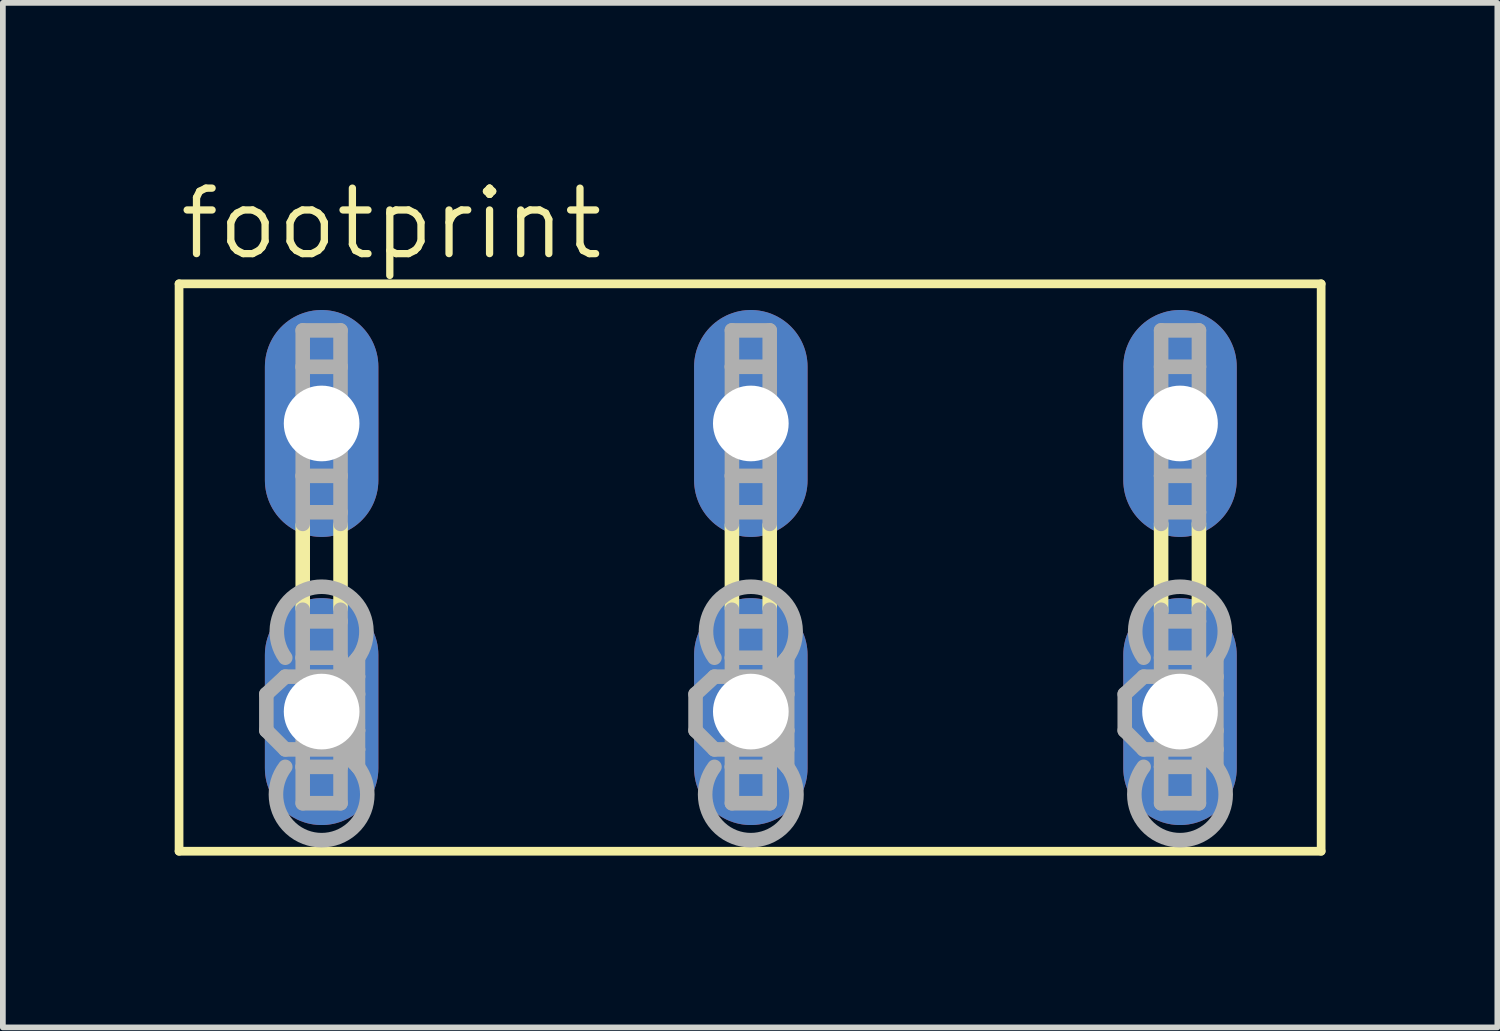
<source format=kicad_pcb>
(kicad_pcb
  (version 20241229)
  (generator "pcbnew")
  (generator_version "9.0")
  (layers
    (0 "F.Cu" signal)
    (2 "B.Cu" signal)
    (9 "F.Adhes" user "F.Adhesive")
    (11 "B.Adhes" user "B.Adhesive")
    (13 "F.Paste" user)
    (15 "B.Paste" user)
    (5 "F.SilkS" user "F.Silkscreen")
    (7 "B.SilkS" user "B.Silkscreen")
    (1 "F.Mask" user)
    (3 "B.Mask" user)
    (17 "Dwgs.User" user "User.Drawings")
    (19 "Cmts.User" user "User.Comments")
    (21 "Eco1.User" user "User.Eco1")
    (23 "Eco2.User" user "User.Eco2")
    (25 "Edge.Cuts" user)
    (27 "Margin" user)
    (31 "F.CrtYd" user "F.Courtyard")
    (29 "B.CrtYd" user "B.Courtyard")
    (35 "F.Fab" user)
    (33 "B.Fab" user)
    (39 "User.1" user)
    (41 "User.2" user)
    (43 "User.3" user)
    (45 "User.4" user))
  (footprint "footprint"
    (layer "F.Cu")
    (at 10.058 6.858)
    (property "Reference" "footprint" (at -10.033 -5.334 0) (layer "F.SilkS") (effects (font (size 1.143 1.143) (thickness 0.127)) (justify left bottom)))
    (fp_line (start -9.982 -4.953) (end -9.982 4.953) (stroke (width 0.152) (type solid)) (layer "F.SilkS"))
    (fp_line (start -9.982 -4.953) (end 9.957 -4.953) (stroke (width 0.152) (type solid)) (layer "F.SilkS"))
    (fp_line (start -7.823 0.711) (end -7.823 -0.737) (stroke (width 0.254) (type solid)) (layer "F.SilkS"))
    (fp_line (start -7.163 0.711) (end -7.163 -0.737) (stroke (width 0.254) (type solid)) (layer "F.SilkS"))
    (fp_line (start -0.33 0.711) (end -0.33 -0.737) (stroke (width 0.254) (type solid)) (layer "F.SilkS"))
    (fp_line (start 0.33 0.711) (end 0.33 -0.737) (stroke (width 0.254) (type solid)) (layer "F.SilkS"))
    (fp_line (start 7.163 0.762) (end 7.163 -0.762) (stroke (width 0.254) (type solid)) (layer "F.SilkS"))
    (fp_line (start 7.823 0.737) (end 7.823 -0.762) (stroke (width 0.254) (type solid)) (layer "F.SilkS"))
    (fp_line (start 9.957 4.953) (end -9.982 4.953) (stroke (width 0.152) (type solid)) (layer "F.SilkS"))
    (fp_line (start 9.957 4.953) (end 9.957 -4.953) (stroke (width 0.152) (type solid)) (layer "F.SilkS"))
    (fp_line (start -8.458 2.21) (end -8.128 1.905) (stroke (width 0.254) (type solid)) (layer "F.Fab"))
    (fp_line (start -8.458 2.845) (end -8.458 2.21) (stroke (width 0.254) (type solid)) (layer "F.Fab"))
    (fp_line (start -8.458 2.845) (end -8.128 3.175) (stroke (width 0.254) (type solid)) (layer "F.Fab"))
    (fp_line (start -7.823 -4.14) (end -7.163 -4.14) (stroke (width 0.254) (type solid)) (layer "F.Fab"))
    (fp_line (start -7.823 -3.505) (end -7.823 -4.14) (stroke (width 0.254) (type solid)) (layer "F.Fab"))
    (fp_line (start -7.823 -3.505) (end -7.823 -1.6) (stroke (width 0.254) (type solid)) (layer "F.Fab"))
    (fp_line (start -7.823 -1.6) (end -7.163 -1.6) (stroke (width 0.254) (type solid)) (layer "F.Fab"))
    (fp_line (start -7.823 -0.762) (end -7.823 -1.6) (stroke (width 0.254) (type solid)) (layer "F.Fab"))
    (fp_line (start -7.823 1.575) (end -7.823 0.737) (stroke (width 0.254) (type solid)) (layer "F.Fab"))
    (fp_line (start -7.823 1.575) (end -7.823 3.48) (stroke (width 0.254) (type solid)) (layer "F.Fab"))
    (fp_line (start -7.823 3.48) (end -7.823 4.115) (stroke (width 0.254) (type solid)) (layer "F.Fab"))
    (fp_line (start -7.823 3.48) (end -7.163 3.48) (stroke (width 0.254) (type solid)) (layer "F.Fab"))
    (fp_line (start -7.823 4.115) (end -7.163 4.115) (stroke (width 0.254) (type solid)) (layer "F.Fab"))
    (fp_line (start -7.798 -0.965) (end -7.163 -0.965) (stroke (width 0.254) (type solid)) (layer "F.Fab"))
    (fp_line (start -7.798 0.94) (end -7.163 0.94) (stroke (width 0.254) (type solid)) (layer "F.Fab"))
    (fp_line (start -7.163 -4.14) (end -7.163 -3.505) (stroke (width 0.254) (type solid)) (layer "F.Fab"))
    (fp_line (start -7.163 -3.505) (end -7.823 -3.505) (stroke (width 0.254) (type solid)) (layer "F.Fab"))
    (fp_line (start -7.163 -1.6) (end -7.163 -3.505) (stroke (width 0.254) (type solid)) (layer "F.Fab"))
    (fp_line (start -7.163 -0.965) (end -7.163 -1.6) (stroke (width 0.254) (type solid)) (layer "F.Fab"))
    (fp_line (start -7.163 -0.762) (end -7.163 -0.965) (stroke (width 0.254) (type solid)) (layer "F.Fab"))
    (fp_line (start -7.163 0.94) (end -7.163 0.737) (stroke (width 0.254) (type solid)) (layer "F.Fab"))
    (fp_line (start -7.163 0.94) (end -7.163 1.575) (stroke (width 0.254) (type solid)) (layer "F.Fab"))
    (fp_line (start -7.163 1.575) (end -7.823 1.575) (stroke (width 0.254) (type solid)) (layer "F.Fab"))
    (fp_line (start -7.163 1.905) (end -8.128 1.905) (stroke (width 0.254) (type solid)) (layer "F.Fab"))
    (fp_line (start -7.163 1.905) (end -7.163 1.575) (stroke (width 0.254) (type solid)) (layer "F.Fab"))
    (fp_line (start -7.163 1.905) (end -6.858 1.575) (stroke (width 0.254) (type solid)) (layer "F.Fab"))
    (fp_line (start -7.163 1.905) (end -6.858 2.21) (stroke (width 0.254) (type solid)) (layer "F.Fab"))
    (fp_line (start -7.163 3.175) (end -8.128 3.175) (stroke (width 0.254) (type solid)) (layer "F.Fab"))
    (fp_line (start -7.163 3.175) (end -7.163 1.905) (stroke (width 0.254) (type solid)) (layer "F.Fab"))
    (fp_line (start -7.163 3.175) (end -6.858 2.845) (stroke (width 0.254) (type solid)) (layer "F.Fab"))
    (fp_line (start -7.163 3.175) (end -6.858 3.48) (stroke (width 0.254) (type solid)) (layer "F.Fab"))
    (fp_line (start -7.163 3.48) (end -7.163 3.175) (stroke (width 0.254) (type solid)) (layer "F.Fab"))
    (fp_line (start -7.163 4.115) (end -7.163 3.48) (stroke (width 0.254) (type solid)) (layer "F.Fab"))
    (fp_line (start -6.858 1.905) (end -7.163 1.905) (stroke (width 0.254) (type solid)) (layer "F.Fab"))
    (fp_line (start -6.858 1.905) (end -6.858 1.575) (stroke (width 0.254) (type solid)) (layer "F.Fab"))
    (fp_line (start -6.858 2.21) (end -6.858 1.905) (stroke (width 0.254) (type solid)) (layer "F.Fab"))
    (fp_line (start -6.858 2.845) (end -6.858 2.21) (stroke (width 0.254) (type solid)) (layer "F.Fab"))
    (fp_line (start -6.858 3.175) (end -7.163 3.175) (stroke (width 0.254) (type solid)) (layer "F.Fab"))
    (fp_line (start -6.858 3.175) (end -6.858 2.845) (stroke (width 0.254) (type solid)) (layer "F.Fab"))
    (fp_line (start -6.858 3.48) (end -6.858 3.175) (stroke (width 0.254) (type solid)) (layer "F.Fab"))
    (fp_line (start -0.965 2.21) (end -0.635 1.905) (stroke (width 0.254) (type solid)) (layer "F.Fab"))
    (fp_line (start -0.965 2.845) (end -0.965 2.21) (stroke (width 0.254) (type solid)) (layer "F.Fab"))
    (fp_line (start -0.965 2.845) (end -0.635 3.175) (stroke (width 0.254) (type solid)) (layer "F.Fab"))
    (fp_line (start -0.33 -4.14) (end 0.33 -4.14) (stroke (width 0.254) (type solid)) (layer "F.Fab"))
    (fp_line (start -0.33 -3.505) (end -0.33 -4.14) (stroke (width 0.254) (type solid)) (layer "F.Fab"))
    (fp_line (start -0.33 -3.505) (end -0.33 -1.6) (stroke (width 0.254) (type solid)) (layer "F.Fab"))
    (fp_line (start -0.33 -1.6) (end 0.33 -1.6) (stroke (width 0.254) (type solid)) (layer "F.Fab"))
    (fp_line (start -0.33 -0.762) (end -0.33 -1.6) (stroke (width 0.254) (type solid)) (layer "F.Fab"))
    (fp_line (start -0.33 1.575) (end -0.33 0.737) (stroke (width 0.254) (type solid)) (layer "F.Fab"))
    (fp_line (start -0.33 1.575) (end -0.33 3.48) (stroke (width 0.254) (type solid)) (layer "F.Fab"))
    (fp_line (start -0.33 3.48) (end -0.33 4.115) (stroke (width 0.254) (type solid)) (layer "F.Fab"))
    (fp_line (start -0.33 3.48) (end 0.33 3.48) (stroke (width 0.254) (type solid)) (layer "F.Fab"))
    (fp_line (start -0.33 4.115) (end 0.33 4.115) (stroke (width 0.254) (type solid)) (layer "F.Fab"))
    (fp_line (start -0.305 -0.965) (end 0.33 -0.965) (stroke (width 0.254) (type solid)) (layer "F.Fab"))
    (fp_line (start -0.305 0.94) (end 0.33 0.94) (stroke (width 0.254) (type solid)) (layer "F.Fab"))
    (fp_line (start 0.33 -4.14) (end 0.33 -3.505) (stroke (width 0.254) (type solid)) (layer "F.Fab"))
    (fp_line (start 0.33 -3.505) (end -0.33 -3.505) (stroke (width 0.254) (type solid)) (layer "F.Fab"))
    (fp_line (start 0.33 -1.6) (end 0.33 -3.505) (stroke (width 0.254) (type solid)) (layer "F.Fab"))
    (fp_line (start 0.33 -0.965) (end 0.33 -1.6) (stroke (width 0.254) (type solid)) (layer "F.Fab"))
    (fp_line (start 0.33 -0.762) (end 0.33 -0.965) (stroke (width 0.254) (type solid)) (layer "F.Fab"))
    (fp_line (start 0.33 0.94) (end 0.33 0.737) (stroke (width 0.254) (type solid)) (layer "F.Fab"))
    (fp_line (start 0.33 0.94) (end 0.33 1.575) (stroke (width 0.254) (type solid)) (layer "F.Fab"))
    (fp_line (start 0.33 1.575) (end -0.33 1.575) (stroke (width 0.254) (type solid)) (layer "F.Fab"))
    (fp_line (start 0.33 1.905) (end -0.635 1.905) (stroke (width 0.254) (type solid)) (layer "F.Fab"))
    (fp_line (start 0.33 1.905) (end 0.33 1.575) (stroke (width 0.254) (type solid)) (layer "F.Fab"))
    (fp_line (start 0.33 1.905) (end 0.635 1.575) (stroke (width 0.254) (type solid)) (layer "F.Fab"))
    (fp_line (start 0.33 1.905) (end 0.635 2.21) (stroke (width 0.254) (type solid)) (layer "F.Fab"))
    (fp_line (start 0.33 3.175) (end -0.635 3.175) (stroke (width 0.254) (type solid)) (layer "F.Fab"))
    (fp_line (start 0.33 3.175) (end 0.33 1.905) (stroke (width 0.254) (type solid)) (layer "F.Fab"))
    (fp_line (start 0.33 3.175) (end 0.635 2.845) (stroke (width 0.254) (type solid)) (layer "F.Fab"))
    (fp_line (start 0.33 3.175) (end 0.635 3.48) (stroke (width 0.254) (type solid)) (layer "F.Fab"))
    (fp_line (start 0.33 3.48) (end 0.33 3.175) (stroke (width 0.254) (type solid)) (layer "F.Fab"))
    (fp_line (start 0.33 4.115) (end 0.33 3.48) (stroke (width 0.254) (type solid)) (layer "F.Fab"))
    (fp_line (start 0.635 1.905) (end 0.33 1.905) (stroke (width 0.254) (type solid)) (layer "F.Fab"))
    (fp_line (start 0.635 1.905) (end 0.635 1.575) (stroke (width 0.254) (type solid)) (layer "F.Fab"))
    (fp_line (start 0.635 2.21) (end 0.635 1.905) (stroke (width 0.254) (type solid)) (layer "F.Fab"))
    (fp_line (start 0.635 2.845) (end 0.635 2.21) (stroke (width 0.254) (type solid)) (layer "F.Fab"))
    (fp_line (start 0.635 3.175) (end 0.33 3.175) (stroke (width 0.254) (type solid)) (layer "F.Fab"))
    (fp_line (start 0.635 3.175) (end 0.635 2.845) (stroke (width 0.254) (type solid)) (layer "F.Fab"))
    (fp_line (start 0.635 3.48) (end 0.635 3.175) (stroke (width 0.254) (type solid)) (layer "F.Fab"))
    (fp_line (start 6.528 2.21) (end 6.858 1.905) (stroke (width 0.254) (type solid)) (layer "F.Fab"))
    (fp_line (start 6.528 2.845) (end 6.528 2.21) (stroke (width 0.254) (type solid)) (layer "F.Fab"))
    (fp_line (start 6.528 2.845) (end 6.858 3.175) (stroke (width 0.254) (type solid)) (layer "F.Fab"))
    (fp_line (start 7.163 -4.14) (end 7.823 -4.14) (stroke (width 0.254) (type solid)) (layer "F.Fab"))
    (fp_line (start 7.163 -3.505) (end 7.163 -4.14) (stroke (width 0.254) (type solid)) (layer "F.Fab"))
    (fp_line (start 7.163 -3.505) (end 7.163 -1.6) (stroke (width 0.254) (type solid)) (layer "F.Fab"))
    (fp_line (start 7.163 -1.6) (end 7.163 -0.762) (stroke (width 0.254) (type solid)) (layer "F.Fab"))
    (fp_line (start 7.163 -1.6) (end 7.823 -1.6) (stroke (width 0.254) (type solid)) (layer "F.Fab"))
    (fp_line (start 7.163 1.575) (end 7.163 0.737) (stroke (width 0.254) (type solid)) (layer "F.Fab"))
    (fp_line (start 7.163 1.575) (end 7.163 3.48) (stroke (width 0.254) (type solid)) (layer "F.Fab"))
    (fp_line (start 7.163 3.48) (end 7.163 4.115) (stroke (width 0.254) (type solid)) (layer "F.Fab"))
    (fp_line (start 7.163 3.48) (end 7.823 3.48) (stroke (width 0.254) (type solid)) (layer "F.Fab"))
    (fp_line (start 7.163 4.115) (end 7.823 4.115) (stroke (width 0.254) (type solid)) (layer "F.Fab"))
    (fp_line (start 7.188 -0.965) (end 7.823 -0.965) (stroke (width 0.254) (type solid)) (layer "F.Fab"))
    (fp_line (start 7.188 0.94) (end 7.823 0.94) (stroke (width 0.254) (type solid)) (layer "F.Fab"))
    (fp_line (start 7.823 -4.14) (end 7.823 -3.505) (stroke (width 0.254) (type solid)) (layer "F.Fab"))
    (fp_line (start 7.823 -3.505) (end 7.163 -3.505) (stroke (width 0.254) (type solid)) (layer "F.Fab"))
    (fp_line (start 7.823 -1.6) (end 7.823 -3.505) (stroke (width 0.254) (type solid)) (layer "F.Fab"))
    (fp_line (start 7.823 -0.965) (end 7.823 -1.6) (stroke (width 0.254) (type solid)) (layer "F.Fab"))
    (fp_line (start 7.823 -0.762) (end 7.823 -0.965) (stroke (width 0.254) (type solid)) (layer "F.Fab"))
    (fp_line (start 7.823 0.94) (end 7.823 0.737) (stroke (width 0.254) (type solid)) (layer "F.Fab"))
    (fp_line (start 7.823 0.94) (end 7.823 1.575) (stroke (width 0.254) (type solid)) (layer "F.Fab"))
    (fp_line (start 7.823 1.575) (end 7.163 1.575) (stroke (width 0.254) (type solid)) (layer "F.Fab"))
    (fp_line (start 7.823 1.905) (end 6.858 1.905) (stroke (width 0.254) (type solid)) (layer "F.Fab"))
    (fp_line (start 7.823 1.905) (end 7.823 1.575) (stroke (width 0.254) (type solid)) (layer "F.Fab"))
    (fp_line (start 7.823 1.905) (end 8.128 1.575) (stroke (width 0.254) (type solid)) (layer "F.Fab"))
    (fp_line (start 7.823 1.905) (end 8.128 2.21) (stroke (width 0.254) (type solid)) (layer "F.Fab"))
    (fp_line (start 7.823 3.175) (end 6.858 3.175) (stroke (width 0.254) (type solid)) (layer "F.Fab"))
    (fp_line (start 7.823 3.175) (end 7.823 1.905) (stroke (width 0.254) (type solid)) (layer "F.Fab"))
    (fp_line (start 7.823 3.175) (end 8.128 2.845) (stroke (width 0.254) (type solid)) (layer "F.Fab"))
    (fp_line (start 7.823 3.175) (end 8.128 3.48) (stroke (width 0.254) (type solid)) (layer "F.Fab"))
    (fp_line (start 7.823 3.48) (end 7.823 3.175) (stroke (width 0.254) (type solid)) (layer "F.Fab"))
    (fp_line (start 7.823 4.115) (end 7.823 3.48) (stroke (width 0.254) (type solid)) (layer "F.Fab"))
    (fp_line (start 8.128 1.905) (end 7.823 1.905) (stroke (width 0.254) (type solid)) (layer "F.Fab"))
    (fp_line (start 8.128 1.905) (end 8.128 1.575) (stroke (width 0.254) (type solid)) (layer "F.Fab"))
    (fp_line (start 8.128 2.21) (end 8.128 1.905) (stroke (width 0.254) (type solid)) (layer "F.Fab"))
    (fp_line (start 8.128 2.845) (end 8.128 2.21) (stroke (width 0.254) (type solid)) (layer "F.Fab"))
    (fp_line (start 8.128 3.175) (end 7.823 3.175) (stroke (width 0.254) (type solid)) (layer "F.Fab"))
    (fp_line (start 8.128 3.175) (end 8.128 2.845) (stroke (width 0.254) (type solid)) (layer "F.Fab"))
    (fp_line (start 8.128 3.48) (end 8.128 3.175) (stroke (width 0.254) (type solid)) (layer "F.Fab"))
    (fp_arc (start -8.128 1.5748) (mid -7.493001 0.33513) (end -6.857999 1.574799) (stroke (width 0.254) (type solid)) (layer "F.Fab"))
    (fp_arc (start -6.858 3.4798) (mid -7.493 4.759976) (end -8.128 3.4798) (stroke (width 0.254) (type solid)) (layer "F.Fab"))
    (fp_arc (start -0.635 1.5748) (mid -0.000001 0.33513) (end 0.635001 1.574799) (stroke (width 0.254) (type solid)) (layer "F.Fab"))
    (fp_arc (start 0.635 3.4798) (mid 0 4.759976) (end -0.635 3.4798) (stroke (width 0.254) (type solid)) (layer "F.Fab"))
    (fp_arc (start 6.858 1.5748) (mid 7.492999 0.33513) (end 8.128001 1.574799) (stroke (width 0.254) (type solid)) (layer "F.Fab"))
    (fp_arc (start 8.128 3.4798) (mid 7.493 4.759976) (end 6.858 3.4798) (stroke (width 0.254) (type solid)) (layer "F.Fab"))
    (pad "1" thru_hole oval (at -7.493 2.515 90) (size 3.962 1.981) (drill 1.321) (layers "*.Cu" "*.Mask"))
    (pad "2" thru_hole oval (at -7.493 -2.515 90) (size 3.962 1.981) (drill 1.321) (layers "*.Cu" "*.Mask"))
    (pad "3" thru_hole oval (at 0 2.515 90) (size 3.962 1.981) (drill 1.321) (layers "*.Cu" "*.Mask"))
    (pad "4" thru_hole oval (at 0 -2.515 90) (size 3.962 1.981) (drill 1.321) (layers "*.Cu" "*.Mask"))
    (pad "5" thru_hole oval (at 7.493 2.515 90) (size 3.962 1.981) (drill 1.321) (layers "*.Cu" "*.Mask"))
    (pad "6" thru_hole oval (at 7.493 -2.515 90) (size 3.962 1.981) (drill 1.321) (layers "*.Cu" "*.Mask")))
  (gr_rect
    (start -3 -3)
    (end 23.091 14.887)
    (stroke (width 0.1) (type default))
    (fill no)
    (layer "Edge.Cuts")))
</source>
